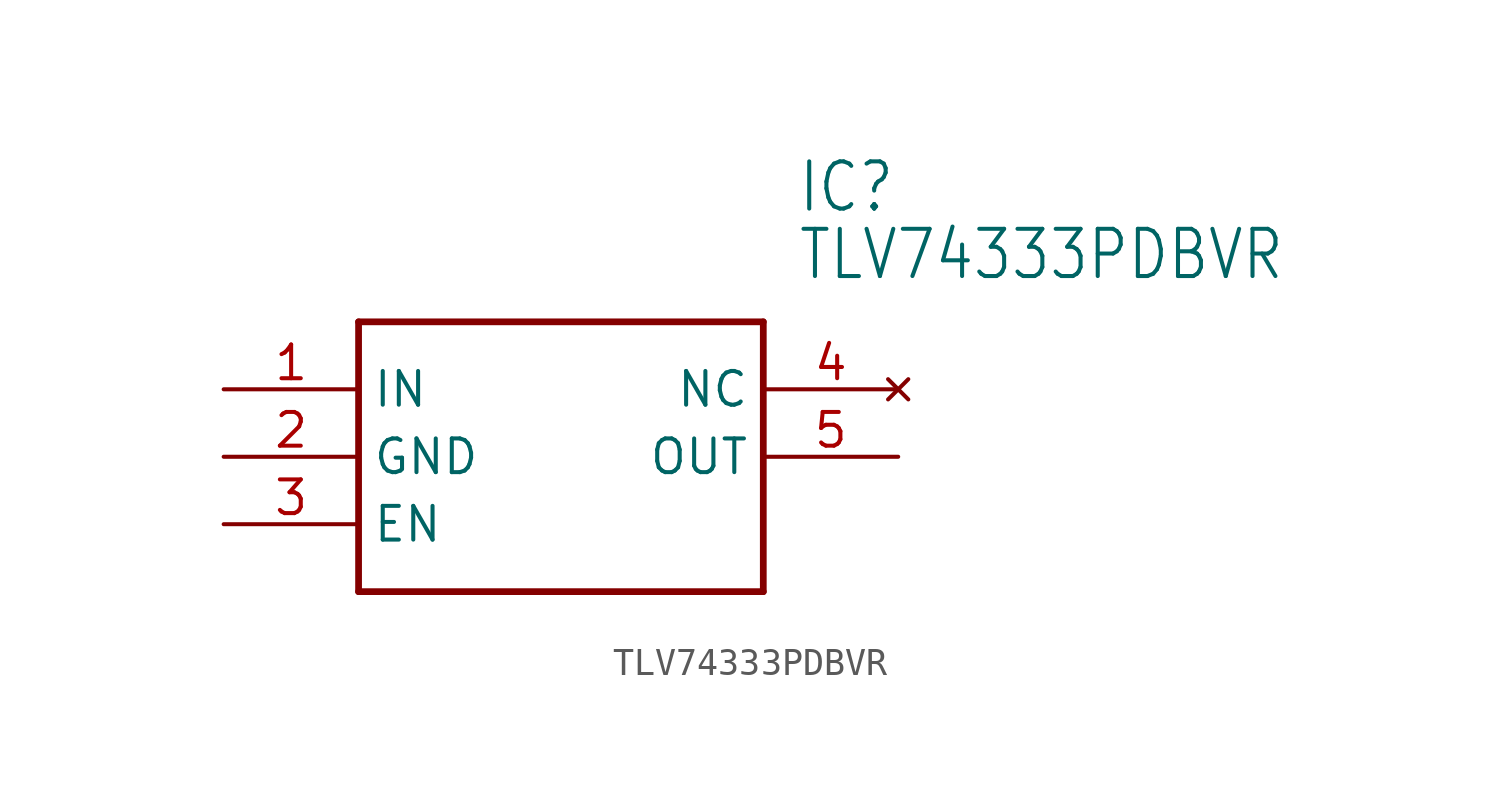
<source format=kicad_sym>
(kicad_symbol_lib
  (version 20211014)
  (generator kicad_symbol_editor)
  (symbol "TLV74333PDBVR"
    (property "Reference" "IC"
      (at 21.59 7.62 0)
      (effects (font (size 1.778 1.511)) (justify left)))
    (property "Value" "TLV74333PDBVR"
      (at 21.59 5.08 0)
      (effects (font (size 1.778 1.511)) (justify left)))
    (property "ki_locked" ""
      (at 0 0 0)
      (effects (font (size 1.27 1.27))))
    (symbol "TLV74333PDBVR_1_0"
      (polyline (pts (xy 5.08 2.54) (xy 5.08 -7.62)) (stroke (width 0.254) (type default) (color 0 0 0 0)) (fill (type none)))
      (polyline (pts (xy 5.08 2.54) (xy 20.32 2.54)) (stroke (width 0.254) (type default) (color 0 0 0 0)) (fill (type none)))
      (polyline (pts (xy 20.32 -7.62) (xy 5.08 -7.62)) (stroke (width 0.254) (type default) (color 0 0 0 0)) (fill (type none)))
      (polyline (pts (xy 20.32 -7.62) (xy 20.32 2.54)) (stroke (width 0.254) (type default) (color 0 0 0 0)) (fill (type none)))
      (pin bidirectional line (at 0 0 0) (length 5.08) (name "IN" (effects (font (size 1.27 1.27)))) (number "1" (effects (font (size 1.27 1.27)))))
      (pin bidirectional line (at 0 -2.54 0) (length 5.08) (name "GND" (effects (font (size 1.27 1.27)))) (number "2" (effects (font (size 1.27 1.27)))))
      (pin bidirectional line (at 0 -5.08 0) (length 5.08) (name "EN" (effects (font (size 1.27 1.27)))) (number "3" (effects (font (size 1.27 1.27)))))
      (pin no_connect line (at 25.4 0 180) (length 5.08) (name "NC" (effects (font (size 1.27 1.27)))) (number "4" (effects (font (size 1.27 1.27)))))
      (pin bidirectional line (at 25.4 -2.54 180) (length 5.08) (name "OUT" (effects (font (size 1.27 1.27)))) (number "5" (effects (font (size 1.27 1.27))))))))
</source>
